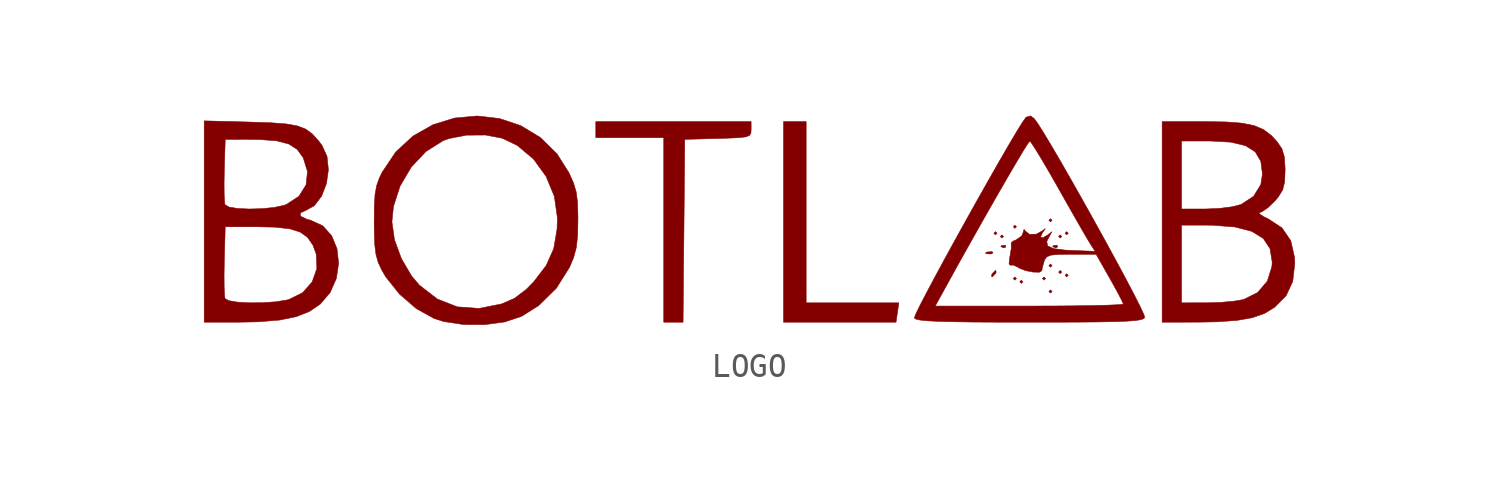
<source format=kicad_sym>
(kicad_symbol_lib
  (version 20220914)
  (generator bitmap2component)
  (symbol "LOGO"
    (pin_names
      (offset 1.016))
    (property "Reference" "#G"
      (at 0 4.391 0)
      (effects (font (size 1.27 1.27)) hide))
    (symbol "LOGO_0_0"
      (polyline (pts (xy -9.93 -4.333) (xy -9.231 -4.101) (xy -8.51 -3.649) (xy -7.766 -2.917) (xy -7.213 -2.038) (xy -7.038 -1.619) (xy -6.929 -1.209) (xy -6.876 -0.725) (xy -6.862 -0.068) (xy -6.862 0.107) (xy -6.879 0.691) (xy -6.935 1.125) (xy -7.05 1.506) (xy -7.24 1.931) (xy -7.739 2.719) (xy -8.439 3.408) (xy -9.257 3.903) (xy -10.154 4.204) (xy -11.094 4.311) (xy -12.037 4.225) (xy -12.946 3.944) (xy -13.782 3.47) (xy -14.508 2.801) (xy -15.085 1.938) (xy -15.196 1.708) (xy -15.31 1.388) (xy -15.377 1.024) (xy -15.407 0.542) (xy -15.413 -0.127) (xy -14.669 -0.127) (xy -14.605 0.512) (xy -14.323 1.376) (xy -13.855 2.167) (xy -13.24 2.821) (xy -12.519 3.275) (xy -12.278 3.363) (xy -11.537 3.505) (xy -10.744 3.511) (xy -10.038 3.376) (xy -9.404 3.071) (xy -8.728 2.504) (xy -8.198 1.773) (xy -7.851 0.933) (xy -7.724 0.036) (xy -7.738 -0.432) (xy -7.877 -1.254) (xy -8.192 -1.964) (xy -8.713 -2.644) (xy -9.036 -2.973) (xy -9.523 -3.341) (xy -10.059 -3.576) (xy -11.013 -3.766) (xy -11.924 -3.7) (xy -12.762 -3.373) (xy -13.52 -2.787) (xy -13.846 -2.402) (xy -14.273 -1.673) (xy -14.563 -0.88) (xy -14.669 -0.127) (xy -15.413 -0.127) (xy -15.413 -0.136) (xy -15.41 -0.531) (xy -15.389 -1.1) (xy -15.337 -1.511) (xy -15.244 -1.837) (xy -15.098 -2.152) (xy -14.931 -2.438) (xy -14.35 -3.167) (xy -13.643 -3.777) (xy -12.891 -4.193) (xy -12.487 -4.319) (xy -11.66 -4.444) (xy -10.773 -4.448) (xy -9.93 -4.333)) (stroke (width 0.01) (type default)) (fill (type outline)))
      (polyline (pts (xy -20.269 -4.329) (xy -19.38 -4.255) (xy -18.68 -4.112) (xy -18.126 -3.891) (xy -17.675 -3.583) (xy -17.261 -3.099) (xy -17 -2.506) (xy -16.906 -1.875) (xy -16.974 -1.261) (xy -17.197 -0.718) (xy -17.567 -0.301) (xy -18.081 -0.065) (xy -18.242 -0.022) (xy -18.501 0.105) (xy -18.517 0.237) (xy -18.277 0.35) (xy -17.924 0.546) (xy -17.619 0.948) (xy -17.416 1.475) (xy -17.335 2.054) (xy -17.393 2.614) (xy -17.606 3.082) (xy -17.742 3.259) (xy -18.003 3.55) (xy -18.281 3.756) (xy -18.628 3.892) (xy -19.094 3.976) (xy -19.729 4.025) (xy -20.586 4.054) (xy -22.548 4.105) (xy -22.548 1.47) (xy -21.714 1.47) (xy -21.704 2.048) (xy -21.665 3.328) (xy -20.491 3.325) (xy -20.211 3.321) (xy -19.502 3.267) (xy -18.994 3.133) (xy -18.641 2.903) (xy -18.393 2.558) (xy -18.212 1.978) (xy -18.274 1.416) (xy -18.574 0.94) (xy -19.097 0.597) (xy -19.197 0.561) (xy -19.611 0.472) (xy -20.123 0.42) (xy -20.658 0.406) (xy -21.144 0.428) (xy -21.507 0.489) (xy -21.674 0.587) (xy -21.689 0.665) (xy -21.709 0.985) (xy -21.714 1.47) (xy -22.548 1.47) (xy -22.548 -0.121) (xy -22.548 -2.364) (xy -21.714 -2.364) (xy -21.704 -1.757) (xy -21.665 -0.34) (xy -20.293 -0.34) (xy -19.579 -0.356) (xy -18.958 -0.425) (xy -18.517 -0.563) (xy -18.209 -0.786) (xy -17.986 -1.109) (xy -17.845 -1.486) (xy -17.819 -2.096) (xy -18.018 -2.655) (xy -18.418 -3.107) (xy -18.991 -3.391) (xy -19.09 -3.416) (xy -19.554 -3.489) (xy -20.098 -3.527) (xy -20.652 -3.531) (xy -21.146 -3.503) (xy -21.51 -3.443) (xy -21.674 -3.353) (xy -21.693 -3.234) (xy -21.71 -2.878) (xy -21.714 -2.364) (xy -22.548 -2.364) (xy -22.548 -4.346) (xy -21.144 -4.346) (xy -20.269 -4.329)) (stroke (width 0.01) (type default)) (fill (type outline)))
      (polyline (pts (xy -2.413 -0.509) (xy -2.377 3.328) (xy -0.985 3.366) (xy -0.646 3.376) (xy -0.136 3.397) (xy 0.175 3.431) (xy 0.337 3.491) (xy 0.398 3.589) (xy 0.407 3.74) (xy 0.407 4.075) (xy -2.852 4.075) (xy -6.112 4.075) (xy -6.112 3.735) (xy -6.112 3.396) (xy -4.686 3.396) (xy -3.26 3.396) (xy -3.26 -0.475) (xy -3.26 -4.346) (xy -2.854 -4.346) (xy -2.449 -4.346) (xy -2.413 -0.509)) (stroke (width 0.01) (type default)) (fill (type outline)))
      (polyline (pts (xy 6.549 -3.939) (xy 6.609 -3.532) (xy 4.662 -3.532) (xy 2.717 -3.532) (xy 2.717 0.272) (xy 2.717 4.075) (xy 2.241 4.075) (xy 1.766 4.075) (xy 1.766 -0.136) (xy 1.766 -4.346) (xy 4.127 -4.346) (xy 6.489 -4.346) (xy 6.549 -3.939)) (stroke (width 0.01) (type default)) (fill (type outline)))
      (polyline (pts (xy 12.91 -4.346) (xy 14.04 -4.343) (xy 14.94 -4.335) (xy 15.635 -4.323) (xy 16.15 -4.304) (xy 16.512 -4.278) (xy 16.745 -4.244) (xy 16.875 -4.201) (xy 16.928 -4.147) (xy 16.891 -4.023) (xy 16.737 -3.691) (xy 16.482 -3.186) (xy 16.144 -2.542) (xy 15.742 -1.793) (xy 15.294 -0.971) (xy 14.818 -0.11) (xy 14.334 0.756) (xy 13.86 1.595) (xy 13.414 2.372) (xy 13.015 3.055) (xy 12.681 3.611) (xy 12.432 4.005) (xy 12.284 4.205) (xy 12.134 4.314) (xy 11.947 4.259) (xy 11.942 4.254) (xy 11.803 4.058) (xy 11.56 3.667) (xy 11.232 3.114) (xy 10.837 2.433) (xy 10.394 1.656) (xy 9.92 0.817) (xy 9.435 -0.051) (xy 8.956 -0.915) (xy 8.503 -1.742) (xy 8.093 -2.5) (xy 7.745 -3.154) (xy 7.48 -3.667) (xy 8.134 -3.667) (xy 8.719 -2.607) (xy 9.118 -1.885) (xy 9.659 -0.918) (xy 10.186 0.015) (xy 10.681 0.884) (xy 11.128 1.66) (xy 11.511 2.314) (xy 11.812 2.818) (xy 12.015 3.141) (xy 12.103 3.256) (xy 12.162 3.19) (xy 12.338 2.921) (xy 12.605 2.484) (xy 12.938 1.916) (xy 13.314 1.256) (xy 13.586 0.774) (xy 13.955 0.125) (xy 14.272 -0.428) (xy 14.511 -0.839) (xy 14.643 -1.059) (xy 14.845 -1.371) (xy 13.84 -1.331) (xy 13.577 -1.317) (xy 13.099 -1.257) (xy 12.853 -1.143) (xy 12.815 -0.957) (xy 12.957 -0.679) (xy 12.978 -0.648) (xy 13.03 -0.546) (xy 12.904 -0.645) (xy 12.863 -0.68) (xy 12.647 -0.806) (xy 12.555 -0.767) (xy 12.643 -0.577) (xy 12.699 -0.502) (xy 12.753 -0.412) (xy 12.632 -0.509) (xy 12.38 -0.648) (xy 12.09 -0.658) (xy 11.907 -0.509) (xy 11.862 -0.444) (xy 11.828 -0.568) (xy 11.766 -0.721) (xy 11.535 -0.886) (xy 11.374 -0.955) (xy 11.316 -1.038) (xy 11.322 -1.049) (xy 11.327 -1.241) (xy 11.273 -1.568) (xy 11.259 -1.63) (xy 11.232 -1.901) (xy 11.294 -1.957) (xy 11.403 -1.943) (xy 11.63 -2.051) (xy 11.68 -2.086) (xy 11.938 -2.184) (xy 12.247 -2.242) (xy 12.506 -2.247) (xy 12.609 -2.183) (xy 12.627 -2.068) (xy 12.701 -1.8) (xy 12.726 -1.73) (xy 12.815 -1.602) (xy 12.989 -1.531) (xy 13.312 -1.501) (xy 13.843 -1.494) (xy 14.887 -1.494) (xy 15.457 -2.497) (xy 15.556 -2.672) (xy 15.797 -3.111) (xy 15.965 -3.434) (xy 16.028 -3.583) (xy 16.018 -3.589) (xy 15.822 -3.61) (xy 15.397 -3.629) (xy 14.777 -3.645) (xy 13.995 -3.657) (xy 13.085 -3.665) (xy 12.081 -3.667) (xy 8.134 -3.667) (xy 7.48 -3.667) (xy 7.478 -3.672) (xy 7.309 -4.021) (xy 7.258 -4.168) (xy 7.318 -4.214) (xy 7.487 -4.254) (xy 7.789 -4.286) (xy 8.245 -4.31) (xy 8.88 -4.327) (xy 9.717 -4.339) (xy 10.779 -4.345) (xy 12.089 -4.346) (xy 12.91 -4.346)) (stroke (width 0.01) (type default)) (fill (type outline)))
      (polyline (pts (xy 19.186 -4.343) (xy 19.956 -4.33) (xy 20.795 -4.27) (xy 21.447 -4.155) (xy 21.958 -3.975) (xy 22.375 -3.721) (xy 22.863 -3.23) (xy 23.14 -2.631) (xy 23.226 -1.874) (xy 23.218 -1.635) (xy 23.057 -0.926) (xy 22.689 -0.386) (xy 22.104 -0.003) (xy 21.914 0.088) (xy 21.729 0.21) (xy 21.753 0.262) (xy 21.836 0.286) (xy 22.1 0.462) (xy 22.398 0.752) (xy 22.531 0.91) (xy 22.716 1.206) (xy 22.8 1.542) (xy 22.819 2.032) (xy 22.819 2.102) (xy 22.788 2.592) (xy 22.686 2.933) (xy 22.481 3.233) (xy 22.246 3.487) (xy 21.92 3.736) (xy 21.527 3.905) (xy 21.017 4.009) (xy 20.337 4.061) (xy 19.437 4.075) (xy 17.658 4.075) (xy 17.658 0.407) (xy 18.473 0.407) (xy 18.473 1.834) (xy 18.473 3.26) (xy 19.634 3.26) (xy 19.687 3.26) (xy 20.539 3.211) (xy 21.158 3.063) (xy 21.569 2.801) (xy 21.798 2.41) (xy 21.868 1.873) (xy 21.798 1.427) (xy 21.495 0.94) (xy 20.972 0.597) (xy 20.605 0.501) (xy 20.076 0.433) (xy 19.496 0.407) (xy 18.473 0.407) (xy 17.658 0.407) (xy 17.658 -0.136) (xy 17.658 -3.532) (xy 18.473 -3.532) (xy 18.473 -1.902) (xy 18.473 -0.272) (xy 19.525 -0.272) (xy 19.778 -0.275) (xy 20.717 -0.35) (xy 21.422 -0.533) (xy 21.906 -0.833) (xy 22.186 -1.258) (xy 22.276 -1.817) (xy 22.265 -2.012) (xy 22.072 -2.624) (xy 21.665 -3.099) (xy 21.079 -3.391) (xy 21.062 -3.396) (xy 20.663 -3.464) (xy 20.113 -3.512) (xy 19.525 -3.531) (xy 18.473 -3.532) (xy 17.658 -3.532) (xy 17.658 -4.346) (xy 19.186 -4.343)) (stroke (width 0.01) (type default)) (fill (type outline)))
      (polyline (pts (xy 13.04 -3.056) (xy 12.972 -2.988) (xy 12.904 -3.056) (xy 12.972 -3.124) (xy 13.04 -3.056)) (stroke (width 0.01) (type default)) (fill (type outline)))
      (polyline (pts (xy 11.817 -2.649) (xy 11.749 -2.581) (xy 11.681 -2.649) (xy 11.749 -2.717) (xy 11.817 -2.649)) (stroke (width 0.01) (type default)) (fill (type outline)))
      (polyline (pts (xy 11.545 -2.513) (xy 11.477 -2.445) (xy 11.41 -2.513) (xy 11.477 -2.581) (xy 11.545 -2.513)) (stroke (width 0.01) (type default)) (fill (type outline)))
      (polyline (pts (xy 12.768 -2.513) (xy 12.7 -2.445) (xy 12.632 -2.513) (xy 12.7 -2.581) (xy 12.768 -2.513)) (stroke (width 0.01) (type default)) (fill (type outline)))
      (polyline (pts (xy 10.535 -2.439) (xy 10.662 -2.309) (xy 10.688 -2.261) (xy 10.679 -2.173) (xy 10.655 -2.179) (xy 10.527 -2.309) (xy 10.501 -2.357) (xy 10.511 -2.445) (xy 10.535 -2.439)) (stroke (width 0.01) (type default)) (fill (type outline)))
      (polyline (pts (xy 13.719 -2.377) (xy 13.651 -2.309) (xy 13.583 -2.377) (xy 13.651 -2.445) (xy 13.719 -2.377)) (stroke (width 0.01) (type default)) (fill (type outline)))
      (polyline (pts (xy 13.447 -2.241) (xy 13.379 -2.173) (xy 13.311 -2.241) (xy 13.379 -2.309) (xy 13.447 -2.241)) (stroke (width 0.01) (type default)) (fill (type outline)))
      (polyline (pts (xy 13.04 -1.97) (xy 12.972 -1.902) (xy 12.904 -1.97) (xy 12.972 -2.038) (xy 13.04 -1.97)) (stroke (width 0.01) (type default)) (fill (type outline)))
      (polyline (pts (xy 10.517 -1.474) (xy 10.558 -1.412) (xy 10.51 -1.385) (xy 10.297 -1.401) (xy 10.235 -1.45) (xy 10.38 -1.483) (xy 10.517 -1.474)) (stroke (width 0.01) (type default)) (fill (type outline)))
      (polyline (pts (xy 11.074 -1.213) (xy 11.093 -1.132) (xy 11.073 -1.116) (xy 10.912 -1.132) (xy 10.89 -1.173) (xy 11.002 -1.222) (xy 11.074 -1.213)) (stroke (width 0.01) (type default)) (fill (type outline)))
      (polyline (pts (xy 13.247 -1.213) (xy 13.266 -1.132) (xy 13.246 -1.116) (xy 13.085 -1.132) (xy 13.064 -1.173) (xy 13.175 -1.222) (xy 13.247 -1.213)) (stroke (width 0.01) (type default)) (fill (type outline)))
      (polyline (pts (xy 11.002 -0.747) (xy 10.934 -0.679) (xy 10.866 -0.747) (xy 10.934 -0.815) (xy 11.002 -0.747)) (stroke (width 0.01) (type default)) (fill (type outline)))
      (polyline (pts (xy 13.447 -0.747) (xy 13.379 -0.679) (xy 13.311 -0.747) (xy 13.379 -0.815) (xy 13.447 -0.747)) (stroke (width 0.01) (type default)) (fill (type outline)))
      (polyline (pts (xy 10.73 -0.611) (xy 10.662 -0.543) (xy 10.595 -0.611) (xy 10.662 -0.679) (xy 10.73 -0.611)) (stroke (width 0.01) (type default)) (fill (type outline)))
      (polyline (pts (xy 13.719 -0.611) (xy 13.651 -0.543) (xy 13.583 -0.611) (xy 13.651 -0.679) (xy 13.719 -0.611)) (stroke (width 0.01) (type default)) (fill (type outline)))
      (polyline (pts (xy 11.545 -0.34) (xy 11.477 -0.272) (xy 11.41 -0.34) (xy 11.477 -0.407) (xy 11.545 -0.34)) (stroke (width 0.01) (type default)) (fill (type outline)))
      (polyline (pts (xy 13.04 -0.068) (xy 12.972 0) (xy 12.904 -0.068) (xy 12.972 -0.136) (xy 13.04 -0.068)) (stroke (width 0.01) (type default)) (fill (type outline))))))
</source>
